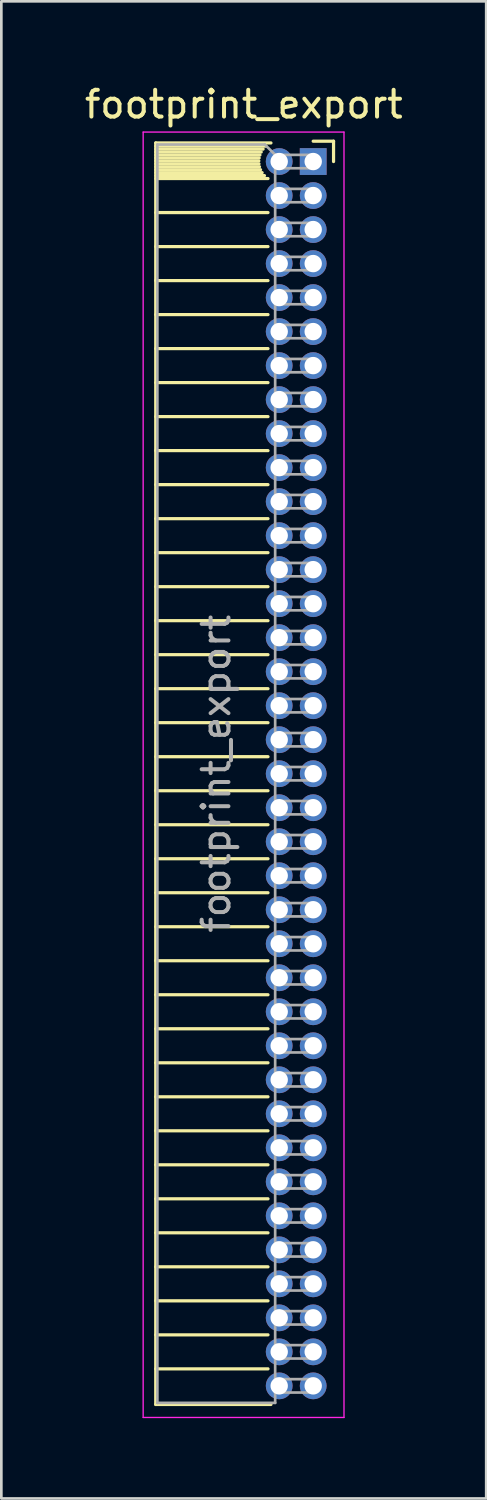
<source format=kicad_pcb>
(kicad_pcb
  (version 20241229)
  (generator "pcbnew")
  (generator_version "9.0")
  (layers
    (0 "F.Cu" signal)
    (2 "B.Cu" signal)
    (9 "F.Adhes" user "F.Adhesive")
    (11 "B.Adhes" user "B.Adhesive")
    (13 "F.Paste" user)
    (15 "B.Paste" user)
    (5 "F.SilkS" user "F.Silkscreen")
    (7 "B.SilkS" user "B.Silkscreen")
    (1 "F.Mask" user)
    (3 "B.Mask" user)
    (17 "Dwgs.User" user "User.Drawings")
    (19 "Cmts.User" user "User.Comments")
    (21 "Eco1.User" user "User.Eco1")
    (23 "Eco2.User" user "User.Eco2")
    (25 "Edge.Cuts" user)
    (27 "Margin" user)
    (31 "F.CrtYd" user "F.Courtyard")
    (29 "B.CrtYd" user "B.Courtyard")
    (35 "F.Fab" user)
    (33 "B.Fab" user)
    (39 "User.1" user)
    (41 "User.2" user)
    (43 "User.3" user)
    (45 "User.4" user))
  (footprint "footprint_export"
    (layer "F.Cu")
    (at 8.646 2.983)
    (property "Reference" "footprint_export" (at -2.592 -2.135 0) (layer "F.SilkS") (effects (font (size 1 1) (thickness 0.15))))
    (attr through_hole)
    (fp_line (start -5.88 -0.695) (end -5.88 46.415) (stroke (width 0.12) (type solid)) (layer "F.SilkS"))
    (fp_line (start -5.88 -0.695) (end -1.578 -0.695) (stroke (width 0.12) (type solid)) (layer "F.SilkS"))
    (fp_line (start -5.88 -0.575) (end -1.767 -0.575) (stroke (width 0.12) (type solid)) (layer "F.SilkS"))
    (fp_line (start -5.88 -0.465) (end -1.871 -0.465) (stroke (width 0.12) (type solid)) (layer "F.SilkS"))
    (fp_line (start -5.88 -0.355) (end -1.942 -0.355) (stroke (width 0.12) (type solid)) (layer "F.SilkS"))
    (fp_line (start -5.88 -0.245) (end -1.989 -0.245) (stroke (width 0.12) (type solid)) (layer "F.SilkS"))
    (fp_line (start -5.88 -0.135) (end -2.018 -0.135) (stroke (width 0.12) (type solid)) (layer "F.SilkS"))
    (fp_line (start -5.88 -0.025) (end -2.03 -0.025) (stroke (width 0.12) (type solid)) (layer "F.SilkS"))
    (fp_line (start -5.88 0.085) (end -2.025 0.085) (stroke (width 0.12) (type solid)) (layer "F.SilkS"))
    (fp_line (start -5.88 0.195) (end -2.005 0.195) (stroke (width 0.12) (type solid)) (layer "F.SilkS"))
    (fp_line (start -5.88 0.305) (end -1.966 0.305) (stroke (width 0.12) (type solid)) (layer "F.SilkS"))
    (fp_line (start -5.88 0.415) (end -1.907 0.415) (stroke (width 0.12) (type solid)) (layer "F.SilkS"))
    (fp_line (start -5.88 0.525) (end -1.82 0.525) (stroke (width 0.12) (type solid)) (layer "F.SilkS"))
    (fp_line (start -5.88 0.635) (end -1.688 0.635) (stroke (width 0.12) (type solid)) (layer "F.SilkS"))
    (fp_line (start -5.88 1.905) (end -1.688 1.905) (stroke (width 0.12) (type solid)) (layer "F.SilkS"))
    (fp_line (start -5.88 3.175) (end -1.688 3.175) (stroke (width 0.12) (type solid)) (layer "F.SilkS"))
    (fp_line (start -5.88 4.445) (end -1.688 4.445) (stroke (width 0.12) (type solid)) (layer "F.SilkS"))
    (fp_line (start -5.88 5.715) (end -1.688 5.715) (stroke (width 0.12) (type solid)) (layer "F.SilkS"))
    (fp_line (start -5.88 6.985) (end -1.688 6.985) (stroke (width 0.12) (type solid)) (layer "F.SilkS"))
    (fp_line (start -5.88 8.255) (end -1.688 8.255) (stroke (width 0.12) (type solid)) (layer "F.SilkS"))
    (fp_line (start -5.88 9.525) (end -1.688 9.525) (stroke (width 0.12) (type solid)) (layer "F.SilkS"))
    (fp_line (start -5.88 10.795) (end -1.688 10.795) (stroke (width 0.12) (type solid)) (layer "F.SilkS"))
    (fp_line (start -5.88 12.065) (end -1.688 12.065) (stroke (width 0.12) (type solid)) (layer "F.SilkS"))
    (fp_line (start -5.88 13.335) (end -1.688 13.335) (stroke (width 0.12) (type solid)) (layer "F.SilkS"))
    (fp_line (start -5.88 14.605) (end -1.688 14.605) (stroke (width 0.12) (type solid)) (layer "F.SilkS"))
    (fp_line (start -5.88 15.875) (end -1.688 15.875) (stroke (width 0.12) (type solid)) (layer "F.SilkS"))
    (fp_line (start -5.88 17.145) (end -1.688 17.145) (stroke (width 0.12) (type solid)) (layer "F.SilkS"))
    (fp_line (start -5.88 18.415) (end -1.688 18.415) (stroke (width 0.12) (type solid)) (layer "F.SilkS"))
    (fp_line (start -5.88 19.685) (end -1.688 19.685) (stroke (width 0.12) (type solid)) (layer "F.SilkS"))
    (fp_line (start -5.88 20.955) (end -1.688 20.955) (stroke (width 0.12) (type solid)) (layer "F.SilkS"))
    (fp_line (start -5.88 22.225) (end -1.688 22.225) (stroke (width 0.12) (type solid)) (layer "F.SilkS"))
    (fp_line (start -5.88 23.495) (end -1.688 23.495) (stroke (width 0.12) (type solid)) (layer "F.SilkS"))
    (fp_line (start -5.88 24.765) (end -1.688 24.765) (stroke (width 0.12) (type solid)) (layer "F.SilkS"))
    (fp_line (start -5.88 26.035) (end -1.688 26.035) (stroke (width 0.12) (type solid)) (layer "F.SilkS"))
    (fp_line (start -5.88 27.305) (end -1.688 27.305) (stroke (width 0.12) (type solid)) (layer "F.SilkS"))
    (fp_line (start -5.88 28.575) (end -1.688 28.575) (stroke (width 0.12) (type solid)) (layer "F.SilkS"))
    (fp_line (start -5.88 29.845) (end -1.688 29.845) (stroke (width 0.12) (type solid)) (layer "F.SilkS"))
    (fp_line (start -5.88 31.115) (end -1.688 31.115) (stroke (width 0.12) (type solid)) (layer "F.SilkS"))
    (fp_line (start -5.88 32.385) (end -1.688 32.385) (stroke (width 0.12) (type solid)) (layer "F.SilkS"))
    (fp_line (start -5.88 33.655) (end -1.688 33.655) (stroke (width 0.12) (type solid)) (layer "F.SilkS"))
    (fp_line (start -5.88 34.925) (end -1.688 34.925) (stroke (width 0.12) (type solid)) (layer "F.SilkS"))
    (fp_line (start -5.88 36.195) (end -1.688 36.195) (stroke (width 0.12) (type solid)) (layer "F.SilkS"))
    (fp_line (start -5.88 37.465) (end -1.688 37.465) (stroke (width 0.12) (type solid)) (layer "F.SilkS"))
    (fp_line (start -5.88 38.735) (end -1.688 38.735) (stroke (width 0.12) (type solid)) (layer "F.SilkS"))
    (fp_line (start -5.88 40.005) (end -1.688 40.005) (stroke (width 0.12) (type solid)) (layer "F.SilkS"))
    (fp_line (start -5.88 41.275) (end -1.688 41.275) (stroke (width 0.12) (type solid)) (layer "F.SilkS"))
    (fp_line (start -5.88 42.545) (end -1.688 42.545) (stroke (width 0.12) (type solid)) (layer "F.SilkS"))
    (fp_line (start -5.88 43.815) (end -1.688 43.815) (stroke (width 0.12) (type solid)) (layer "F.SilkS"))
    (fp_line (start -5.88 45.085) (end -1.688 45.085) (stroke (width 0.12) (type solid)) (layer "F.SilkS"))
    (fp_line (start -5.88 46.415) (end -1.578 46.415) (stroke (width 0.12) (type solid)) (layer "F.SilkS"))
    (fp_line (start 0 -0.76) (end 0.76 -0.76) (stroke (width 0.12) (type solid)) (layer "F.SilkS"))
    (fp_line (start 0.76 -0.76) (end 0.76 0) (stroke (width 0.12) (type solid)) (layer "F.SilkS"))
    (fp_line (start -6.35 -1.1) (end -6.35 46.9) (stroke (width 0.05) (type solid)) (layer "F.CrtYd"))
    (fp_line (start -6.35 46.9) (end 1.15 46.9) (stroke (width 0.05) (type solid)) (layer "F.CrtYd"))
    (fp_line (start 1.15 -1.1) (end -6.35 -1.1) (stroke (width 0.05) (type solid)) (layer "F.CrtYd"))
    (fp_line (start 1.15 46.9) (end 1.15 -1.1) (stroke (width 0.05) (type solid)) (layer "F.CrtYd"))
    (fp_line (start -5.82 -0.635) (end -1.805 -0.635) (stroke (width 0.1) (type solid)) (layer "F.Fab"))
    (fp_line (start -5.82 46.355) (end -5.82 -0.635) (stroke (width 0.1) (type solid)) (layer "F.Fab"))
    (fp_line (start -1.805 -0.635) (end -1.42 -0.25) (stroke (width 0.1) (type solid)) (layer "F.Fab"))
    (fp_line (start -1.42 -0.25) (end -1.42 46.355) (stroke (width 0.1) (type solid)) (layer "F.Fab"))
    (fp_line (start -1.42 0.25) (end 0 0.25) (stroke (width 0.1) (type solid)) (layer "F.Fab"))
    (fp_line (start -1.42 1.52) (end 0 1.52) (stroke (width 0.1) (type solid)) (layer "F.Fab"))
    (fp_line (start -1.42 2.79) (end 0 2.79) (stroke (width 0.1) (type solid)) (layer "F.Fab"))
    (fp_line (start -1.42 4.06) (end 0 4.06) (stroke (width 0.1) (type solid)) (layer "F.Fab"))
    (fp_line (start -1.42 5.33) (end 0 5.33) (stroke (width 0.1) (type solid)) (layer "F.Fab"))
    (fp_line (start -1.42 6.6) (end 0 6.6) (stroke (width 0.1) (type solid)) (layer "F.Fab"))
    (fp_line (start -1.42 7.87) (end 0 7.87) (stroke (width 0.1) (type solid)) (layer "F.Fab"))
    (fp_line (start -1.42 9.14) (end 0 9.14) (stroke (width 0.1) (type solid)) (layer "F.Fab"))
    (fp_line (start -1.42 10.41) (end 0 10.41) (stroke (width 0.1) (type solid)) (layer "F.Fab"))
    (fp_line (start -1.42 11.68) (end 0 11.68) (stroke (width 0.1) (type solid)) (layer "F.Fab"))
    (fp_line (start -1.42 12.95) (end 0 12.95) (stroke (width 0.1) (type solid)) (layer "F.Fab"))
    (fp_line (start -1.42 14.22) (end 0 14.22) (stroke (width 0.1) (type solid)) (layer "F.Fab"))
    (fp_line (start -1.42 15.49) (end 0 15.49) (stroke (width 0.1) (type solid)) (layer "F.Fab"))
    (fp_line (start -1.42 16.76) (end 0 16.76) (stroke (width 0.1) (type solid)) (layer "F.Fab"))
    (fp_line (start -1.42 18.03) (end 0 18.03) (stroke (width 0.1) (type solid)) (layer "F.Fab"))
    (fp_line (start -1.42 19.3) (end 0 19.3) (stroke (width 0.1) (type solid)) (layer "F.Fab"))
    (fp_line (start -1.42 20.57) (end 0 20.57) (stroke (width 0.1) (type solid)) (layer "F.Fab"))
    (fp_line (start -1.42 21.84) (end 0 21.84) (stroke (width 0.1) (type solid)) (layer "F.Fab"))
    (fp_line (start -1.42 23.11) (end 0 23.11) (stroke (width 0.1) (type solid)) (layer "F.Fab"))
    (fp_line (start -1.42 24.38) (end 0 24.38) (stroke (width 0.1) (type solid)) (layer "F.Fab"))
    (fp_line (start -1.42 25.65) (end 0 25.65) (stroke (width 0.1) (type solid)) (layer "F.Fab"))
    (fp_line (start -1.42 26.92) (end 0 26.92) (stroke (width 0.1) (type solid)) (layer "F.Fab"))
    (fp_line (start -1.42 28.19) (end 0 28.19) (stroke (width 0.1) (type solid)) (layer "F.Fab"))
    (fp_line (start -1.42 29.46) (end 0 29.46) (stroke (width 0.1) (type solid)) (layer "F.Fab"))
    (fp_line (start -1.42 30.73) (end 0 30.73) (stroke (width 0.1) (type solid)) (layer "F.Fab"))
    (fp_line (start -1.42 32) (end 0 32) (stroke (width 0.1) (type solid)) (layer "F.Fab"))
    (fp_line (start -1.42 33.27) (end 0 33.27) (stroke (width 0.1) (type solid)) (layer "F.Fab"))
    (fp_line (start -1.42 34.54) (end 0 34.54) (stroke (width 0.1) (type solid)) (layer "F.Fab"))
    (fp_line (start -1.42 35.81) (end 0 35.81) (stroke (width 0.1) (type solid)) (layer "F.Fab"))
    (fp_line (start -1.42 37.08) (end 0 37.08) (stroke (width 0.1) (type solid)) (layer "F.Fab"))
    (fp_line (start -1.42 38.35) (end 0 38.35) (stroke (width 0.1) (type solid)) (layer "F.Fab"))
    (fp_line (start -1.42 39.62) (end 0 39.62) (stroke (width 0.1) (type solid)) (layer "F.Fab"))
    (fp_line (start -1.42 40.89) (end 0 40.89) (stroke (width 0.1) (type solid)) (layer "F.Fab"))
    (fp_line (start -1.42 42.16) (end 0 42.16) (stroke (width 0.1) (type solid)) (layer "F.Fab"))
    (fp_line (start -1.42 43.43) (end 0 43.43) (stroke (width 0.1) (type solid)) (layer "F.Fab"))
    (fp_line (start -1.42 44.7) (end 0 44.7) (stroke (width 0.1) (type solid)) (layer "F.Fab"))
    (fp_line (start -1.42 45.97) (end 0 45.97) (stroke (width 0.1) (type solid)) (layer "F.Fab"))
    (fp_line (start -1.42 46.355) (end -5.82 46.355) (stroke (width 0.1) (type solid)) (layer "F.Fab"))
    (fp_line (start 0 -0.25) (end -1.42 -0.25) (stroke (width 0.1) (type solid)) (layer "F.Fab"))
    (fp_line (start 0 0.25) (end 0 -0.25) (stroke (width 0.1) (type solid)) (layer "F.Fab"))
    (fp_line (start 0 1.02) (end -1.42 1.02) (stroke (width 0.1) (type solid)) (layer "F.Fab"))
    (fp_line (start 0 1.52) (end 0 1.02) (stroke (width 0.1) (type solid)) (layer "F.Fab"))
    (fp_line (start 0 2.29) (end -1.42 2.29) (stroke (width 0.1) (type solid)) (layer "F.Fab"))
    (fp_line (start 0 2.79) (end 0 2.29) (stroke (width 0.1) (type solid)) (layer "F.Fab"))
    (fp_line (start 0 3.56) (end -1.42 3.56) (stroke (width 0.1) (type solid)) (layer "F.Fab"))
    (fp_line (start 0 4.06) (end 0 3.56) (stroke (width 0.1) (type solid)) (layer "F.Fab"))
    (fp_line (start 0 4.83) (end -1.42 4.83) (stroke (width 0.1) (type solid)) (layer "F.Fab"))
    (fp_line (start 0 5.33) (end 0 4.83) (stroke (width 0.1) (type solid)) (layer "F.Fab"))
    (fp_line (start 0 6.1) (end -1.42 6.1) (stroke (width 0.1) (type solid)) (layer "F.Fab"))
    (fp_line (start 0 6.6) (end 0 6.1) (stroke (width 0.1) (type solid)) (layer "F.Fab"))
    (fp_line (start 0 7.37) (end -1.42 7.37) (stroke (width 0.1) (type solid)) (layer "F.Fab"))
    (fp_line (start 0 7.87) (end 0 7.37) (stroke (width 0.1) (type solid)) (layer "F.Fab"))
    (fp_line (start 0 8.64) (end -1.42 8.64) (stroke (width 0.1) (type solid)) (layer "F.Fab"))
    (fp_line (start 0 9.14) (end 0 8.64) (stroke (width 0.1) (type solid)) (layer "F.Fab"))
    (fp_line (start 0 9.91) (end -1.42 9.91) (stroke (width 0.1) (type solid)) (layer "F.Fab"))
    (fp_line (start 0 10.41) (end 0 9.91) (stroke (width 0.1) (type solid)) (layer "F.Fab"))
    (fp_line (start 0 11.18) (end -1.42 11.18) (stroke (width 0.1) (type solid)) (layer "F.Fab"))
    (fp_line (start 0 11.68) (end 0 11.18) (stroke (width 0.1) (type solid)) (layer "F.Fab"))
    (fp_line (start 0 12.45) (end -1.42 12.45) (stroke (width 0.1) (type solid)) (layer "F.Fab"))
    (fp_line (start 0 12.95) (end 0 12.45) (stroke (width 0.1) (type solid)) (layer "F.Fab"))
    (fp_line (start 0 13.72) (end -1.42 13.72) (stroke (width 0.1) (type solid)) (layer "F.Fab"))
    (fp_line (start 0 14.22) (end 0 13.72) (stroke (width 0.1) (type solid)) (layer "F.Fab"))
    (fp_line (start 0 14.99) (end -1.42 14.99) (stroke (width 0.1) (type solid)) (layer "F.Fab"))
    (fp_line (start 0 15.49) (end 0 14.99) (stroke (width 0.1) (type solid)) (layer "F.Fab"))
    (fp_line (start 0 16.26) (end -1.42 16.26) (stroke (width 0.1) (type solid)) (layer "F.Fab"))
    (fp_line (start 0 16.76) (end 0 16.26) (stroke (width 0.1) (type solid)) (layer "F.Fab"))
    (fp_line (start 0 17.53) (end -1.42 17.53) (stroke (width 0.1) (type solid)) (layer "F.Fab"))
    (fp_line (start 0 18.03) (end 0 17.53) (stroke (width 0.1) (type solid)) (layer "F.Fab"))
    (fp_line (start 0 18.8) (end -1.42 18.8) (stroke (width 0.1) (type solid)) (layer "F.Fab"))
    (fp_line (start 0 19.3) (end 0 18.8) (stroke (width 0.1) (type solid)) (layer "F.Fab"))
    (fp_line (start 0 20.07) (end -1.42 20.07) (stroke (width 0.1) (type solid)) (layer "F.Fab"))
    (fp_line (start 0 20.57) (end 0 20.07) (stroke (width 0.1) (type solid)) (layer "F.Fab"))
    (fp_line (start 0 21.34) (end -1.42 21.34) (stroke (width 0.1) (type solid)) (layer "F.Fab"))
    (fp_line (start 0 21.84) (end 0 21.34) (stroke (width 0.1) (type solid)) (layer "F.Fab"))
    (fp_line (start 0 22.61) (end -1.42 22.61) (stroke (width 0.1) (type solid)) (layer "F.Fab"))
    (fp_line (start 0 23.11) (end 0 22.61) (stroke (width 0.1) (type solid)) (layer "F.Fab"))
    (fp_line (start 0 23.88) (end -1.42 23.88) (stroke (width 0.1) (type solid)) (layer "F.Fab"))
    (fp_line (start 0 24.38) (end 0 23.88) (stroke (width 0.1) (type solid)) (layer "F.Fab"))
    (fp_line (start 0 25.15) (end -1.42 25.15) (stroke (width 0.1) (type solid)) (layer "F.Fab"))
    (fp_line (start 0 25.65) (end 0 25.15) (stroke (width 0.1) (type solid)) (layer "F.Fab"))
    (fp_line (start 0 26.42) (end -1.42 26.42) (stroke (width 0.1) (type solid)) (layer "F.Fab"))
    (fp_line (start 0 26.92) (end 0 26.42) (stroke (width 0.1) (type solid)) (layer "F.Fab"))
    (fp_line (start 0 27.69) (end -1.42 27.69) (stroke (width 0.1) (type solid)) (layer "F.Fab"))
    (fp_line (start 0 28.19) (end 0 27.69) (stroke (width 0.1) (type solid)) (layer "F.Fab"))
    (fp_line (start 0 28.96) (end -1.42 28.96) (stroke (width 0.1) (type solid)) (layer "F.Fab"))
    (fp_line (start 0 29.46) (end 0 28.96) (stroke (width 0.1) (type solid)) (layer "F.Fab"))
    (fp_line (start 0 30.23) (end -1.42 30.23) (stroke (width 0.1) (type solid)) (layer "F.Fab"))
    (fp_line (start 0 30.73) (end 0 30.23) (stroke (width 0.1) (type solid)) (layer "F.Fab"))
    (fp_line (start 0 31.5) (end -1.42 31.5) (stroke (width 0.1) (type solid)) (layer "F.Fab"))
    (fp_line (start 0 32) (end 0 31.5) (stroke (width 0.1) (type solid)) (layer "F.Fab"))
    (fp_line (start 0 32.77) (end -1.42 32.77) (stroke (width 0.1) (type solid)) (layer "F.Fab"))
    (fp_line (start 0 33.27) (end 0 32.77) (stroke (width 0.1) (type solid)) (layer "F.Fab"))
    (fp_line (start 0 34.04) (end -1.42 34.04) (stroke (width 0.1) (type solid)) (layer "F.Fab"))
    (fp_line (start 0 34.54) (end 0 34.04) (stroke (width 0.1) (type solid)) (layer "F.Fab"))
    (fp_line (start 0 35.31) (end -1.42 35.31) (stroke (width 0.1) (type solid)) (layer "F.Fab"))
    (fp_line (start 0 35.81) (end 0 35.31) (stroke (width 0.1) (type solid)) (layer "F.Fab"))
    (fp_line (start 0 36.58) (end -1.42 36.58) (stroke (width 0.1) (type solid)) (layer "F.Fab"))
    (fp_line (start 0 37.08) (end 0 36.58) (stroke (width 0.1) (type solid)) (layer "F.Fab"))
    (fp_line (start 0 37.85) (end -1.42 37.85) (stroke (width 0.1) (type solid)) (layer "F.Fab"))
    (fp_line (start 0 38.35) (end 0 37.85) (stroke (width 0.1) (type solid)) (layer "F.Fab"))
    (fp_line (start 0 39.12) (end -1.42 39.12) (stroke (width 0.1) (type solid)) (layer "F.Fab"))
    (fp_line (start 0 39.62) (end 0 39.12) (stroke (width 0.1) (type solid)) (layer "F.Fab"))
    (fp_line (start 0 40.39) (end -1.42 40.39) (stroke (width 0.1) (type solid)) (layer "F.Fab"))
    (fp_line (start 0 40.89) (end 0 40.39) (stroke (width 0.1) (type solid)) (layer "F.Fab"))
    (fp_line (start 0 41.66) (end -1.42 41.66) (stroke (width 0.1) (type solid)) (layer "F.Fab"))
    (fp_line (start 0 42.16) (end 0 41.66) (stroke (width 0.1) (type solid)) (layer "F.Fab"))
    (fp_line (start 0 42.93) (end -1.42 42.93) (stroke (width 0.1) (type solid)) (layer "F.Fab"))
    (fp_line (start 0 43.43) (end 0 42.93) (stroke (width 0.1) (type solid)) (layer "F.Fab"))
    (fp_line (start 0 44.2) (end -1.42 44.2) (stroke (width 0.1) (type solid)) (layer "F.Fab"))
    (fp_line (start 0 44.7) (end 0 44.2) (stroke (width 0.1) (type solid)) (layer "F.Fab"))
    (fp_line (start 0 45.47) (end -1.42 45.47) (stroke (width 0.1) (type solid)) (layer "F.Fab"))
    (fp_line (start 0 45.97) (end 0 45.47) (stroke (width 0.1) (type solid)) (layer "F.Fab"))
    (fp_text user "${REFERENCE}" (at -3.62 22.86 90) (layer "F.Fab") (effects (font (size 1 1) (thickness 0.15))))
    (pad "1" thru_hole rect (at 0 0) (size 1 1) (drill 0.65) (layers "*.Cu" "*.Mask"))
    (pad "2" thru_hole oval (at -1.27 0) (size 1 1) (drill 0.65) (layers "*.Cu" "*.Mask"))
    (pad "3" thru_hole oval (at 0 1.27) (size 1 1) (drill 0.65) (layers "*.Cu" "*.Mask"))
    (pad "4" thru_hole oval (at -1.27 1.27) (size 1 1) (drill 0.65) (layers "*.Cu" "*.Mask"))
    (pad "5" thru_hole oval (at 0 2.54) (size 1 1) (drill 0.65) (layers "*.Cu" "*.Mask"))
    (pad "6" thru_hole oval (at -1.27 2.54) (size 1 1) (drill 0.65) (layers "*.Cu" "*.Mask"))
    (pad "7" thru_hole oval (at 0 3.81) (size 1 1) (drill 0.65) (layers "*.Cu" "*.Mask"))
    (pad "8" thru_hole oval (at -1.27 3.81) (size 1 1) (drill 0.65) (layers "*.Cu" "*.Mask"))
    (pad "9" thru_hole oval (at 0 5.08) (size 1 1) (drill 0.65) (layers "*.Cu" "*.Mask"))
    (pad "10" thru_hole oval (at -1.27 5.08) (size 1 1) (drill 0.65) (layers "*.Cu" "*.Mask"))
    (pad "11" thru_hole oval (at 0 6.35) (size 1 1) (drill 0.65) (layers "*.Cu" "*.Mask"))
    (pad "12" thru_hole oval (at -1.27 6.35) (size 1 1) (drill 0.65) (layers "*.Cu" "*.Mask"))
    (pad "13" thru_hole oval (at 0 7.62) (size 1 1) (drill 0.65) (layers "*.Cu" "*.Mask"))
    (pad "14" thru_hole oval (at -1.27 7.62) (size 1 1) (drill 0.65) (layers "*.Cu" "*.Mask"))
    (pad "15" thru_hole oval (at 0 8.89) (size 1 1) (drill 0.65) (layers "*.Cu" "*.Mask"))
    (pad "16" thru_hole oval (at -1.27 8.89) (size 1 1) (drill 0.65) (layers "*.Cu" "*.Mask"))
    (pad "17" thru_hole oval (at 0 10.16) (size 1 1) (drill 0.65) (layers "*.Cu" "*.Mask"))
    (pad "18" thru_hole oval (at -1.27 10.16) (size 1 1) (drill 0.65) (layers "*.Cu" "*.Mask"))
    (pad "19" thru_hole oval (at 0 11.43) (size 1 1) (drill 0.65) (layers "*.Cu" "*.Mask"))
    (pad "20" thru_hole oval (at -1.27 11.43) (size 1 1) (drill 0.65) (layers "*.Cu" "*.Mask"))
    (pad "21" thru_hole oval (at 0 12.7) (size 1 1) (drill 0.65) (layers "*.Cu" "*.Mask"))
    (pad "22" thru_hole oval (at -1.27 12.7) (size 1 1) (drill 0.65) (layers "*.Cu" "*.Mask"))
    (pad "23" thru_hole oval (at 0 13.97) (size 1 1) (drill 0.65) (layers "*.Cu" "*.Mask"))
    (pad "24" thru_hole oval (at -1.27 13.97) (size 1 1) (drill 0.65) (layers "*.Cu" "*.Mask"))
    (pad "25" thru_hole oval (at 0 15.24) (size 1 1) (drill 0.65) (layers "*.Cu" "*.Mask"))
    (pad "26" thru_hole oval (at -1.27 15.24) (size 1 1) (drill 0.65) (layers "*.Cu" "*.Mask"))
    (pad "27" thru_hole oval (at 0 16.51) (size 1 1) (drill 0.65) (layers "*.Cu" "*.Mask"))
    (pad "28" thru_hole oval (at -1.27 16.51) (size 1 1) (drill 0.65) (layers "*.Cu" "*.Mask"))
    (pad "29" thru_hole oval (at 0 17.78) (size 1 1) (drill 0.65) (layers "*.Cu" "*.Mask"))
    (pad "30" thru_hole oval (at -1.27 17.78) (size 1 1) (drill 0.65) (layers "*.Cu" "*.Mask"))
    (pad "31" thru_hole oval (at 0 19.05) (size 1 1) (drill 0.65) (layers "*.Cu" "*.Mask"))
    (pad "32" thru_hole oval (at -1.27 19.05) (size 1 1) (drill 0.65) (layers "*.Cu" "*.Mask"))
    (pad "33" thru_hole oval (at 0 20.32) (size 1 1) (drill 0.65) (layers "*.Cu" "*.Mask"))
    (pad "34" thru_hole oval (at -1.27 20.32) (size 1 1) (drill 0.65) (layers "*.Cu" "*.Mask"))
    (pad "35" thru_hole oval (at 0 21.59) (size 1 1) (drill 0.65) (layers "*.Cu" "*.Mask"))
    (pad "36" thru_hole oval (at -1.27 21.59) (size 1 1) (drill 0.65) (layers "*.Cu" "*.Mask"))
    (pad "37" thru_hole oval (at 0 22.86) (size 1 1) (drill 0.65) (layers "*.Cu" "*.Mask"))
    (pad "38" thru_hole oval (at -1.27 22.86) (size 1 1) (drill 0.65) (layers "*.Cu" "*.Mask"))
    (pad "39" thru_hole oval (at 0 24.13) (size 1 1) (drill 0.65) (layers "*.Cu" "*.Mask"))
    (pad "40" thru_hole oval (at -1.27 24.13) (size 1 1) (drill 0.65) (layers "*.Cu" "*.Mask"))
    (pad "41" thru_hole oval (at 0 25.4) (size 1 1) (drill 0.65) (layers "*.Cu" "*.Mask"))
    (pad "42" thru_hole oval (at -1.27 25.4) (size 1 1) (drill 0.65) (layers "*.Cu" "*.Mask"))
    (pad "43" thru_hole oval (at 0 26.67) (size 1 1) (drill 0.65) (layers "*.Cu" "*.Mask"))
    (pad "44" thru_hole oval (at -1.27 26.67) (size 1 1) (drill 0.65) (layers "*.Cu" "*.Mask"))
    (pad "45" thru_hole oval (at 0 27.94) (size 1 1) (drill 0.65) (layers "*.Cu" "*.Mask"))
    (pad "46" thru_hole oval (at -1.27 27.94) (size 1 1) (drill 0.65) (layers "*.Cu" "*.Mask"))
    (pad "47" thru_hole oval (at 0 29.21) (size 1 1) (drill 0.65) (layers "*.Cu" "*.Mask"))
    (pad "48" thru_hole oval (at -1.27 29.21) (size 1 1) (drill 0.65) (layers "*.Cu" "*.Mask"))
    (pad "49" thru_hole oval (at 0 30.48) (size 1 1) (drill 0.65) (layers "*.Cu" "*.Mask"))
    (pad "50" thru_hole oval (at -1.27 30.48) (size 1 1) (drill 0.65) (layers "*.Cu" "*.Mask"))
    (pad "51" thru_hole oval (at 0 31.75) (size 1 1) (drill 0.65) (layers "*.Cu" "*.Mask"))
    (pad "52" thru_hole oval (at -1.27 31.75) (size 1 1) (drill 0.65) (layers "*.Cu" "*.Mask"))
    (pad "53" thru_hole oval (at 0 33.02) (size 1 1) (drill 0.65) (layers "*.Cu" "*.Mask"))
    (pad "54" thru_hole oval (at -1.27 33.02) (size 1 1) (drill 0.65) (layers "*.Cu" "*.Mask"))
    (pad "55" thru_hole oval (at 0 34.29) (size 1 1) (drill 0.65) (layers "*.Cu" "*.Mask"))
    (pad "56" thru_hole oval (at -1.27 34.29) (size 1 1) (drill 0.65) (layers "*.Cu" "*.Mask"))
    (pad "57" thru_hole oval (at 0 35.56) (size 1 1) (drill 0.65) (layers "*.Cu" "*.Mask"))
    (pad "58" thru_hole oval (at -1.27 35.56) (size 1 1) (drill 0.65) (layers "*.Cu" "*.Mask"))
    (pad "59" thru_hole oval (at 0 36.83) (size 1 1) (drill 0.65) (layers "*.Cu" "*.Mask"))
    (pad "60" thru_hole oval (at -1.27 36.83) (size 1 1) (drill 0.65) (layers "*.Cu" "*.Mask"))
    (pad "61" thru_hole oval (at 0 38.1) (size 1 1) (drill 0.65) (layers "*.Cu" "*.Mask"))
    (pad "62" thru_hole oval (at -1.27 38.1) (size 1 1) (drill 0.65) (layers "*.Cu" "*.Mask"))
    (pad "63" thru_hole oval (at 0 39.37) (size 1 1) (drill 0.65) (layers "*.Cu" "*.Mask"))
    (pad "64" thru_hole oval (at -1.27 39.37) (size 1 1) (drill 0.65) (layers "*.Cu" "*.Mask"))
    (pad "65" thru_hole oval (at 0 40.64) (size 1 1) (drill 0.65) (layers "*.Cu" "*.Mask"))
    (pad "66" thru_hole oval (at -1.27 40.64) (size 1 1) (drill 0.65) (layers "*.Cu" "*.Mask"))
    (pad "67" thru_hole oval (at 0 41.91) (size 1 1) (drill 0.65) (layers "*.Cu" "*.Mask"))
    (pad "68" thru_hole oval (at -1.27 41.91) (size 1 1) (drill 0.65) (layers "*.Cu" "*.Mask"))
    (pad "69" thru_hole oval (at 0 43.18) (size 1 1) (drill 0.65) (layers "*.Cu" "*.Mask"))
    (pad "70" thru_hole oval (at -1.27 43.18) (size 1 1) (drill 0.65) (layers "*.Cu" "*.Mask"))
    (pad "71" thru_hole oval (at 0 44.45) (size 1 1) (drill 0.65) (layers "*.Cu" "*.Mask"))
    (pad "72" thru_hole oval (at -1.27 44.45) (size 1 1) (drill 0.65) (layers "*.Cu" "*.Mask"))
    (pad "73" thru_hole oval (at 0 45.72) (size 1 1) (drill 0.65) (layers "*.Cu" "*.Mask"))
    (pad "74" thru_hole oval (at -1.27 45.72) (size 1 1) (drill 0.65) (layers "*.Cu" "*.Mask")))
  (gr_rect
    (start -3 -3)
    (end 15.107 52.908)
    (stroke (width 0.1) (type default))
    (fill no)
    (layer "Edge.Cuts")))
</source>
